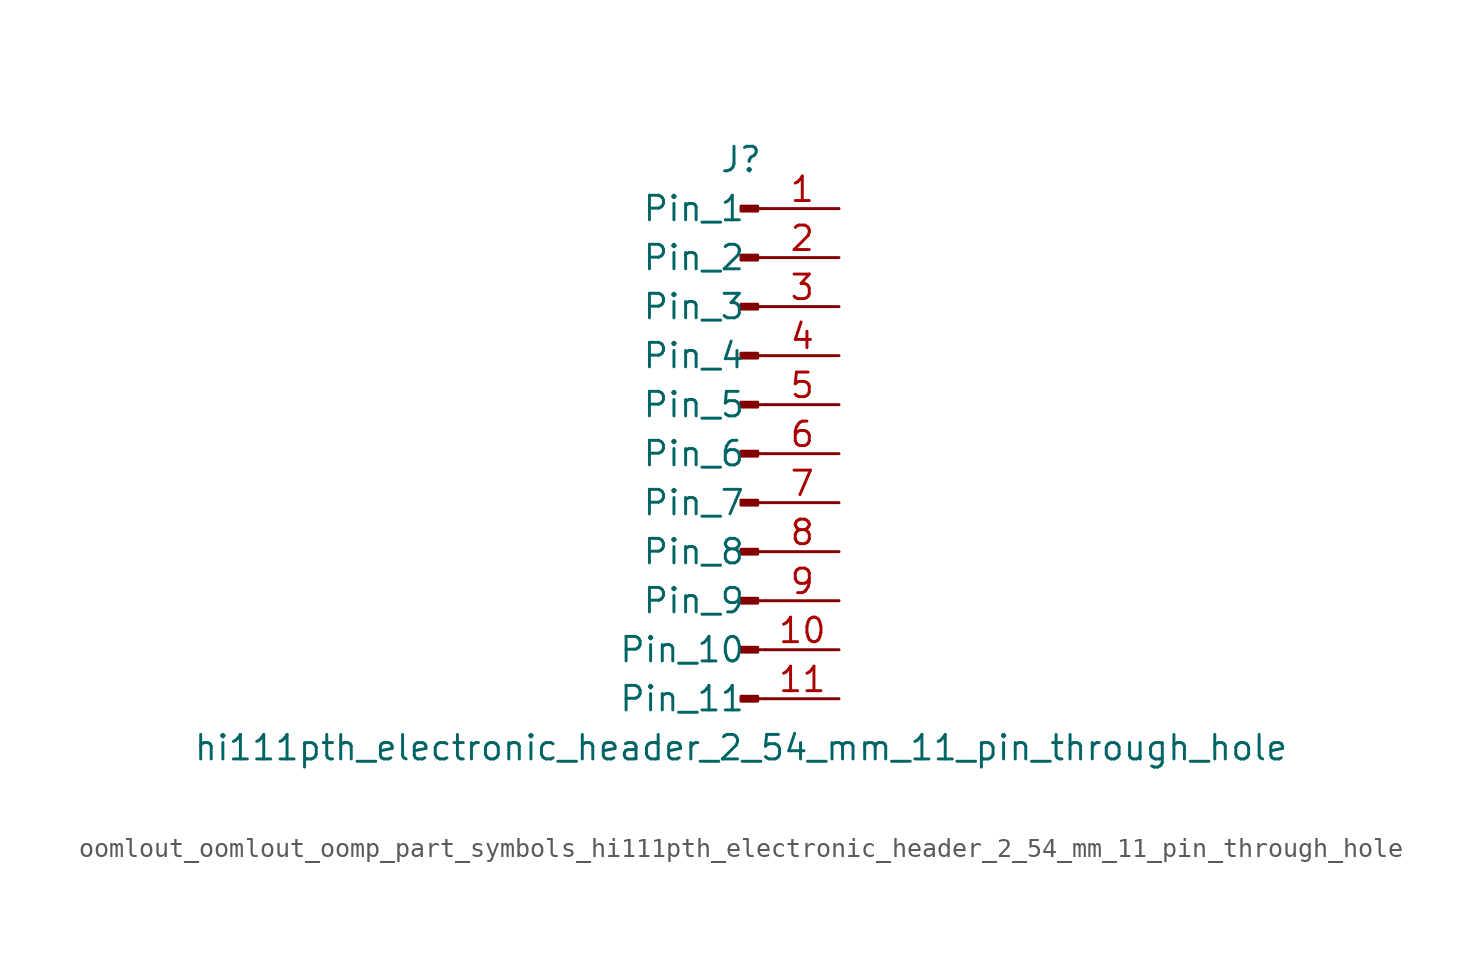
<source format=kicad_sym>
(kicad_symbol_lib
  (version 20220914)
  (generator kicad_symbol_editor)
  (symbol "oomlout_oomlout_oomp_part_symbols_hi111pth_electronic_header_2_54_mm_11_pin_through_hole"
    (pin_names
      (offset 1.016))
    (property "Reference" "J"
      (at 0 15.24 0)
      (effects (font (size 1.27 1.27))))
    (property "Value" "hi111pth_electronic_header_2_54_mm_11_pin_through_hole"
      (at 0 -15.24 0)
      (effects (font (size 1.27 1.27))))
    (property "ki_locked" ""
      (at 0 0 0)
      (effects (font (size 1.27 1.27))))
    (symbol "oomlout_oomlout_oomp_part_symbols_hi111pth_electronic_header_2_54_mm_11_pin_through_hole_1_1"
      (polyline (pts (xy 1.27 -12.7) (xy 0.864 -12.7)) (stroke (width 0.152) (type default)) (fill (type none)))
      (polyline (pts (xy 1.27 -10.16) (xy 0.864 -10.16)) (stroke (width 0.152) (type default)) (fill (type none)))
      (polyline (pts (xy 1.27 -7.62) (xy 0.864 -7.62)) (stroke (width 0.152) (type default)) (fill (type none)))
      (polyline (pts (xy 1.27 -5.08) (xy 0.864 -5.08)) (stroke (width 0.152) (type default)) (fill (type none)))
      (polyline (pts (xy 1.27 -2.54) (xy 0.864 -2.54)) (stroke (width 0.152) (type default)) (fill (type none)))
      (polyline (pts (xy 1.27 0) (xy 0.864 0)) (stroke (width 0.152) (type default)) (fill (type none)))
      (polyline (pts (xy 1.27 2.54) (xy 0.864 2.54)) (stroke (width 0.152) (type default)) (fill (type none)))
      (polyline (pts (xy 1.27 5.08) (xy 0.864 5.08)) (stroke (width 0.152) (type default)) (fill (type none)))
      (polyline (pts (xy 1.27 7.62) (xy 0.864 7.62)) (stroke (width 0.152) (type default)) (fill (type none)))
      (polyline (pts (xy 1.27 10.16) (xy 0.864 10.16)) (stroke (width 0.152) (type default)) (fill (type none)))
      (polyline (pts (xy 1.27 12.7) (xy 0.864 12.7)) (stroke (width 0.152) (type default)) (fill (type none)))
      (rectangle (start 0.864 -12.573) (end 0 -12.827) (stroke (width 0.152) (type default)) (fill (type outline)))
      (rectangle (start 0.864 -10.033) (end 0 -10.287) (stroke (width 0.152) (type default)) (fill (type outline)))
      (rectangle (start 0.864 -7.493) (end 0 -7.747) (stroke (width 0.152) (type default)) (fill (type outline)))
      (rectangle (start 0.864 -4.953) (end 0 -5.207) (stroke (width 0.152) (type default)) (fill (type outline)))
      (rectangle (start 0.864 -2.413) (end 0 -2.667) (stroke (width 0.152) (type default)) (fill (type outline)))
      (rectangle (start 0.864 0.127) (end 0 -0.127) (stroke (width 0.152) (type default)) (fill (type outline)))
      (rectangle (start 0.864 2.667) (end 0 2.413) (stroke (width 0.152) (type default)) (fill (type outline)))
      (rectangle (start 0.864 5.207) (end 0 4.953) (stroke (width 0.152) (type default)) (fill (type outline)))
      (rectangle (start 0.864 7.747) (end 0 7.493) (stroke (width 0.152) (type default)) (fill (type outline)))
      (rectangle (start 0.864 10.287) (end 0 10.033) (stroke (width 0.152) (type default)) (fill (type outline)))
      (rectangle (start 0.864 12.827) (end 0 12.573) (stroke (width 0.152) (type default)) (fill (type outline)))
      (pin passive line (at 5.08 12.7 180) (length 3.81) (name "Pin_1" (effects (font (size 1.27 1.27)))) (number "1" (effects (font (size 1.27 1.27)))))
      (pin passive line (at 5.08 -10.16 180) (length 3.81) (name "Pin_10" (effects (font (size 1.27 1.27)))) (number "10" (effects (font (size 1.27 1.27)))))
      (pin passive line (at 5.08 -12.7 180) (length 3.81) (name "Pin_11" (effects (font (size 1.27 1.27)))) (number "11" (effects (font (size 1.27 1.27)))))
      (pin passive line (at 5.08 10.16 180) (length 3.81) (name "Pin_2" (effects (font (size 1.27 1.27)))) (number "2" (effects (font (size 1.27 1.27)))))
      (pin passive line (at 5.08 7.62 180) (length 3.81) (name "Pin_3" (effects (font (size 1.27 1.27)))) (number "3" (effects (font (size 1.27 1.27)))))
      (pin passive line (at 5.08 5.08 180) (length 3.81) (name "Pin_4" (effects (font (size 1.27 1.27)))) (number "4" (effects (font (size 1.27 1.27)))))
      (pin passive line (at 5.08 2.54 180) (length 3.81) (name "Pin_5" (effects (font (size 1.27 1.27)))) (number "5" (effects (font (size 1.27 1.27)))))
      (pin passive line (at 5.08 0 180) (length 3.81) (name "Pin_6" (effects (font (size 1.27 1.27)))) (number "6" (effects (font (size 1.27 1.27)))))
      (pin passive line (at 5.08 -2.54 180) (length 3.81) (name "Pin_7" (effects (font (size 1.27 1.27)))) (number "7" (effects (font (size 1.27 1.27)))))
      (pin passive line (at 5.08 -5.08 180) (length 3.81) (name "Pin_8" (effects (font (size 1.27 1.27)))) (number "8" (effects (font (size 1.27 1.27)))))
      (pin passive line (at 5.08 -7.62 180) (length 3.81) (name "Pin_9" (effects (font (size 1.27 1.27)))) (number "9" (effects (font (size 1.27 1.27))))))))
</source>
